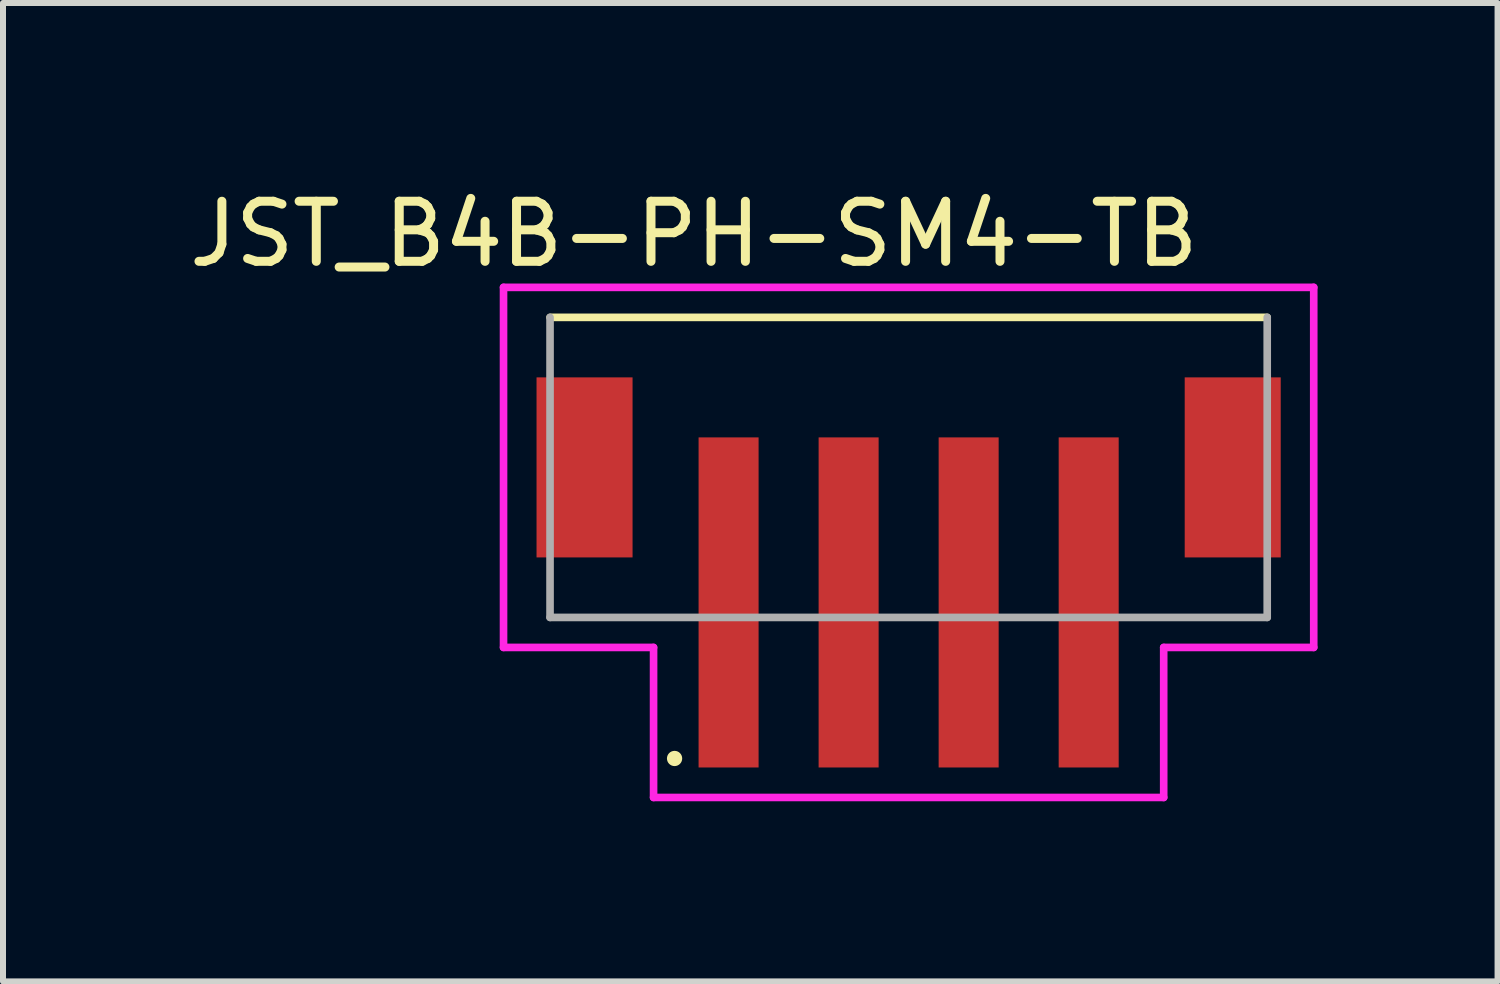
<source format=kicad_pcb>
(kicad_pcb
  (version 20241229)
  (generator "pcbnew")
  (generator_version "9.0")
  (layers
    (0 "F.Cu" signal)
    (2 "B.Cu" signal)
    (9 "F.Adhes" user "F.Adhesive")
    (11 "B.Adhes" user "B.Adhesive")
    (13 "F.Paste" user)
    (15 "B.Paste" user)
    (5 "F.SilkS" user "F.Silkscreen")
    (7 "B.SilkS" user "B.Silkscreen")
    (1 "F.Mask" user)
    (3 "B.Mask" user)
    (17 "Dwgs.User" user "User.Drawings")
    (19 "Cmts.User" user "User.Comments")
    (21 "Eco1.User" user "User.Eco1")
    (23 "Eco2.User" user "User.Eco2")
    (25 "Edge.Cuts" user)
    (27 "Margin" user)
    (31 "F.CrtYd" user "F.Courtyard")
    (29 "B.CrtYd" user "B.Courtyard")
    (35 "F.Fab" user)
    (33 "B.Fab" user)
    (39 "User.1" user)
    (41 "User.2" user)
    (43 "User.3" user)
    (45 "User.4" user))
  (footprint "JST_B4B-PH-SM4-TB"
    (layer "F.Cu")
    (at 12.09 6.988)
    (property "Reference" "JST_B4B-PH-SM4-TB" (at -3.578 -6.139 0) (layer "F.SilkS") (effects (font (size 1.001 1.001) (thickness 0.15))))
    (attr through_hole)
    (fp_line (start 5.975 -4.75) (end -5.975 -4.75) (stroke (width 0.127) (type solid)) (layer "F.SilkS"))
    (fp_circle (center -3.9 2.6) (end -3.773 2.6) (stroke (width 0) (type solid)) (fill yes) (layer "F.SilkS"))
    (fp_line (start -6.75 -5.25) (end -6.75 0.75) (stroke (width 0.127) (type solid)) (layer "F.CrtYd"))
    (fp_line (start -6.75 0.75) (end -4.25 0.75) (stroke (width 0.127) (type solid)) (layer "F.CrtYd"))
    (fp_line (start -4.25 0.75) (end -4.25 3.25) (stroke (width 0.127) (type solid)) (layer "F.CrtYd"))
    (fp_line (start -4.25 3.25) (end 4.25 3.25) (stroke (width 0.127) (type solid)) (layer "F.CrtYd"))
    (fp_line (start 4.25 0.75) (end 6.75 0.75) (stroke (width 0.127) (type solid)) (layer "F.CrtYd"))
    (fp_line (start 4.25 3.25) (end 4.25 0.75) (stroke (width 0.127) (type solid)) (layer "F.CrtYd"))
    (fp_line (start 6.75 -5.25) (end -6.75 -5.25) (stroke (width 0.127) (type solid)) (layer "F.CrtYd"))
    (fp_line (start 6.75 0.75) (end 6.75 -5.25) (stroke (width 0.127) (type solid)) (layer "F.CrtYd"))
    (fp_line (start -5.975 -4.75) (end -5.975 0.25) (stroke (width 0.127) (type solid)) (layer "F.Fab"))
    (fp_line (start -5.975 0.25) (end 5.975 0.25) (stroke (width 0.127) (type solid)) (layer "F.Fab"))
    (fp_line (start 5.975 0.25) (end 5.975 -4.75) (stroke (width 0.127) (type solid)) (layer "F.Fab"))
    (pad "1" smd rect (at -3 0) (size 1 5.5) (layers "F.Cu" "F.Mask" "F.Paste"))
    (pad "2" smd rect (at -1 0) (size 1 5.5) (layers "F.Cu" "F.Mask" "F.Paste"))
    (pad "3" smd rect (at 1 0) (size 1 5.5) (layers "F.Cu" "F.Mask" "F.Paste"))
    (pad "4" smd rect (at 3 0) (size 1 5.5) (layers "F.Cu" "F.Mask" "F.Paste"))
    (pad "P1" smd rect (at -5.4 -2.25) (size 1.6 3) (layers "F.Cu" "F.Mask" "F.Paste"))
    (pad "P2" smd rect (at 5.4 -2.25) (size 1.6 3) (layers "F.Cu" "F.Mask" "F.Paste")))
  (gr_rect
    (start -3 -3)
    (end 21.903 13.302)
    (stroke (width 0.1) (type default))
    (fill no)
    (layer "Edge.Cuts")))
</source>
